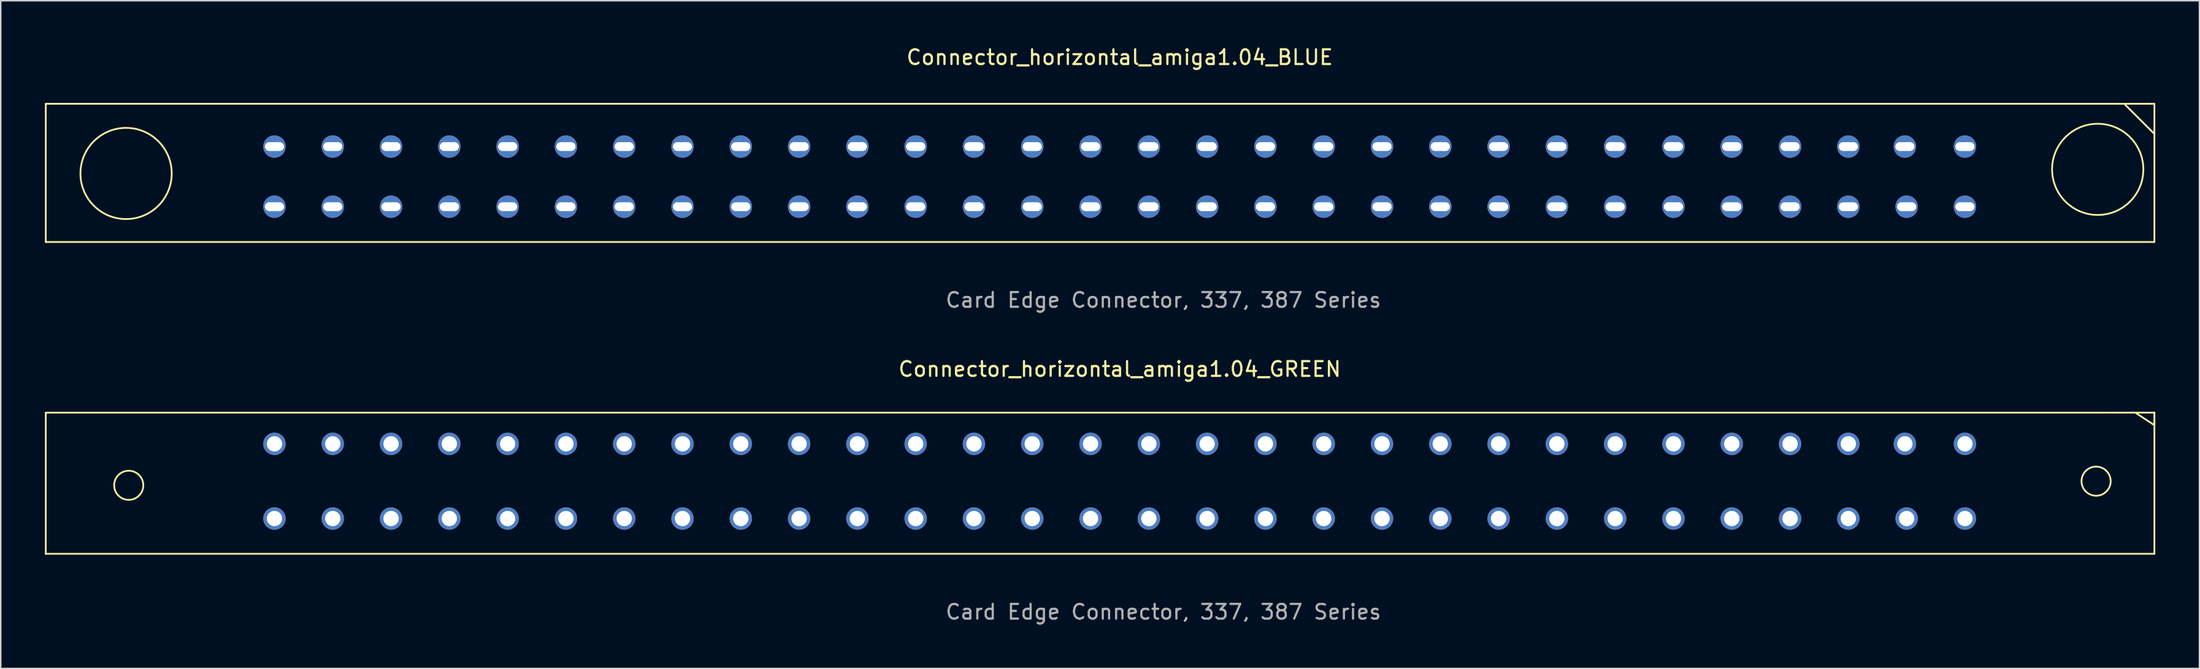
<source format=kicad_pcb>
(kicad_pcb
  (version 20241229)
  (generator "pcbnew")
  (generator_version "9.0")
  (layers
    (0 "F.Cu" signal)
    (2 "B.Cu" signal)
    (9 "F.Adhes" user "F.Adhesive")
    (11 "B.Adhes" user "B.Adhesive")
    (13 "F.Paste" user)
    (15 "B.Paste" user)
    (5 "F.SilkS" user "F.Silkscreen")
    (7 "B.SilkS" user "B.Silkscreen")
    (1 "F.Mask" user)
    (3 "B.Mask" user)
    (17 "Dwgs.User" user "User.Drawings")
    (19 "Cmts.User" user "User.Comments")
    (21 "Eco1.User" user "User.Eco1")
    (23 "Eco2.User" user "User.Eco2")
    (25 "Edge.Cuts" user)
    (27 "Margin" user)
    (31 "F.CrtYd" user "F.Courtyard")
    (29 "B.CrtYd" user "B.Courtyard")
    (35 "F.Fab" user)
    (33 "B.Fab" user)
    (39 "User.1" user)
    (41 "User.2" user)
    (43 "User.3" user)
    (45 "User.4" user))
  (footprint "Connector_horizontal_amiga1.04_BLUE"
    (layer "F.Cu")
    (at 73.015 9.028)
    (property "Reference" "Connector_horizontal_amiga1.04_BLUE" (at 0 -8.18 0) (layer "F.SilkS") (effects (font (size 1 1) (thickness 0.15))))
    (attr through_hole)
    (fp_line (start -72.955 -5.02) (end 70.29 -5.02) (stroke (width 0.12) (type solid)) (layer "F.SilkS"))
    (fp_line (start -72.955 4.38) (end -72.955 -5.02) (stroke (width 0.12) (type solid)) (layer "F.SilkS"))
    (fp_line (start -72.955 4.38) (end 70.29 4.38) (stroke (width 0.12) (type solid)) (layer "F.SilkS"))
    (fp_line (start 70.29 -5.02) (end 70.29 4.38) (stroke (width 0.12) (type solid)) (layer "F.SilkS"))
    (fp_line (start 70.29 -2.97) (end 68.31 -4.95) (stroke (width 0.12) (type solid)) (layer "F.SilkS"))
    (fp_circle (center -67.5 -0.28) (end -64.4 -0.28) (stroke (width 0.12) (type solid)) (fill no) (layer "F.SilkS"))
    (fp_circle (center 66.44 -0.56) (end 69.54 -0.56) (stroke (width 0.12) (type solid)) (fill no) (layer "F.SilkS"))
    (fp_text user "Card Edge Connector, 337, 387 Series" (at 2.97 8.33 0) (layer "F.Fab") (effects (font (size 1 1) (thickness 0.15))))
    (pad "1" thru_hole oval (at 57.42 -2.11) (size 1.524 1.524) (drill oval 1.3 0.6) (layers "*.Cu" "*.Mask"))
    (pad "2" thru_hole oval (at 53.34 -2.11) (size 1.524 1.524) (drill oval 1.3 0.6) (layers "*.Cu" "*.Mask"))
    (pad "3" thru_hole oval (at 49.5 -2.11) (size 1.524 1.524) (drill oval 1.3 0.6) (layers "*.Cu" "*.Mask"))
    (pad "4" thru_hole oval (at 45.54 -2.11) (size 1.524 1.524) (drill oval 1.3 0.6) (layers "*.Cu" "*.Mask"))
    (pad "5" thru_hole oval (at 41.58 -2.11) (size 1.524 1.524) (drill oval 1.3 0.6) (layers "*.Cu" "*.Mask"))
    (pad "6" thru_hole oval (at 37.62 -2.11) (size 1.524 1.524) (drill oval 1.3 0.6) (layers "*.Cu" "*.Mask"))
    (pad "7" thru_hole oval (at 33.66 -2.11) (size 1.524 1.524) (drill oval 1.3 0.6) (layers "*.Cu" "*.Mask"))
    (pad "8" thru_hole oval (at 29.7 -2.11) (size 1.524 1.524) (drill oval 1.3 0.6) (layers "*.Cu" "*.Mask"))
    (pad "9" thru_hole oval (at 25.74 -2.11) (size 1.524 1.524) (drill oval 1.3 0.6) (layers "*.Cu" "*.Mask"))
    (pad "10" thru_hole oval (at 21.78 -2.11) (size 1.524 1.524) (drill oval 1.3 0.6) (layers "*.Cu" "*.Mask"))
    (pad "11" thru_hole oval (at 17.82 -2.11) (size 1.524 1.524) (drill oval 1.3 0.6) (layers "*.Cu" "*.Mask"))
    (pad "12" thru_hole oval (at 13.86 -2.11) (size 1.524 1.524) (drill oval 1.3 0.6) (layers "*.Cu" "*.Mask"))
    (pad "13" thru_hole oval (at 9.9 -2.11) (size 1.524 1.524) (drill oval 1.3 0.6) (layers "*.Cu" "*.Mask"))
    (pad "14" thru_hole oval (at 5.94 -2.11) (size 1.524 1.524) (drill oval 1.3 0.6) (layers "*.Cu" "*.Mask"))
    (pad "15" thru_hole oval (at 1.98 -2.11) (size 1.524 1.524) (drill oval 1.3 0.6) (layers "*.Cu" "*.Mask"))
    (pad "16" thru_hole oval (at -1.98 -2.11) (size 1.524 1.524) (drill oval 1.3 0.6) (layers "*.Cu" "*.Mask"))
    (pad "17" thru_hole oval (at -5.94 -2.11) (size 1.524 1.524) (drill oval 1.3 0.6) (layers "*.Cu" "*.Mask"))
    (pad "18" thru_hole oval (at -9.9 -2.11) (size 1.524 1.524) (drill oval 1.3 0.6) (layers "*.Cu" "*.Mask"))
    (pad "19" thru_hole oval (at -13.86 -2.11) (size 1.524 1.524) (drill oval 1.3 0.6) (layers "*.Cu" "*.Mask"))
    (pad "20" thru_hole oval (at -17.82 -2.11) (size 1.524 1.524) (drill oval 1.3 0.6) (layers "*.Cu" "*.Mask"))
    (pad "21" thru_hole oval (at -21.78 -2.11) (size 1.524 1.524) (drill oval 1.3 0.6) (layers "*.Cu" "*.Mask"))
    (pad "22" thru_hole oval (at -25.74 -2.11) (size 1.524 1.524) (drill oval 1.3 0.6) (layers "*.Cu" "*.Mask"))
    (pad "23" thru_hole oval (at -29.7 -2.11) (size 1.524 1.524) (drill oval 1.3 0.6) (layers "*.Cu" "*.Mask"))
    (pad "24" thru_hole oval (at -33.66 -2.11) (size 1.524 1.524) (drill oval 1.3 0.6) (layers "*.Cu" "*.Mask"))
    (pad "25" thru_hole oval (at -37.62 -2.11) (size 1.524 1.524) (drill oval 1.3 0.6) (layers "*.Cu" "*.Mask"))
    (pad "26" thru_hole oval (at -41.58 -2.11) (size 1.524 1.524) (drill oval 1.3 0.6) (layers "*.Cu" "*.Mask"))
    (pad "27" thru_hole oval (at -45.54 -2.11) (size 1.524 1.524) (drill oval 1.3 0.6) (layers "*.Cu" "*.Mask"))
    (pad "28" thru_hole oval (at -49.5 -2.11) (size 1.524 1.524) (drill oval 1.3 0.6) (layers "*.Cu" "*.Mask"))
    (pad "29" thru_hole oval (at -53.46 -2.11) (size 1.524 1.524) (drill oval 1.3 0.6) (layers "*.Cu" "*.Mask"))
    (pad "30" thru_hole oval (at -57.42 -2.11) (size 1.524 1.524) (drill oval 1.3 0.6) (layers "*.Cu" "*.Mask"))
    (pad "A" thru_hole oval (at 57.42 1.98) (size 1.524 1.524) (drill oval 1.3 0.6) (layers "*.Cu" "*.Mask"))
    (pad "AA" thru_hole oval (at -29.7 1.98) (size 1.524 1.524) (drill oval 1.3 0.6) (layers "*.Cu" "*.Mask"))
    (pad "B" thru_hole oval (at 53.46 1.98) (size 1.524 1.524) (drill oval 1.3 0.6) (layers "*.Cu" "*.Mask"))
    (pad "BB" thru_hole oval (at -33.66 1.98) (size 1.524 1.524) (drill oval 1.3 0.6) (layers "*.Cu" "*.Mask"))
    (pad "C" thru_hole oval (at 49.5 1.98) (size 1.524 1.524) (drill oval 1.3 0.6) (layers "*.Cu" "*.Mask"))
    (pad "CC" thru_hole oval (at -37.62 1.98) (size 1.524 1.524) (drill oval 1.3 0.6) (layers "*.Cu" "*.Mask"))
    (pad "D" thru_hole oval (at 45.54 1.98) (size 1.524 1.524) (drill oval 1.3 0.6) (layers "*.Cu" "*.Mask"))
    (pad "DD" thru_hole oval (at -41.58 1.98) (size 1.524 1.524) (drill oval 1.3 0.6) (layers "*.Cu" "*.Mask"))
    (pad "E" thru_hole oval (at 41.58 1.98) (size 1.524 1.524) (drill oval 1.3 0.6) (layers "*.Cu" "*.Mask"))
    (pad "EE" thru_hole oval (at -45.54 1.98) (size 1.524 1.524) (drill oval 1.3 0.6) (layers "*.Cu" "*.Mask"))
    (pad "F" thru_hole oval (at 37.62 1.98) (size 1.524 1.524) (drill oval 1.3 0.6) (layers "*.Cu" "*.Mask"))
    (pad "FF" thru_hole oval (at -49.5 1.98) (size 1.524 1.524) (drill oval 1.3 0.6) (layers "*.Cu" "*.Mask"))
    (pad "H" thru_hole oval (at 33.66 1.98) (size 1.524 1.524) (drill oval 1.3 0.6) (layers "*.Cu" "*.Mask"))
    (pad "HH" thru_hole oval (at -53.46 1.98) (size 1.524 1.524) (drill oval 1.3 0.6) (layers "*.Cu" "*.Mask"))
    (pad "J" thru_hole oval (at 29.7 1.98) (size 1.524 1.524) (drill oval 1.3 0.6) (layers "*.Cu" "*.Mask"))
    (pad "JJ" thru_hole oval (at -57.42 1.98) (size 1.524 1.524) (drill oval 1.3 0.6) (layers "*.Cu" "*.Mask"))
    (pad "K" thru_hole oval (at 25.74 1.98) (size 1.524 1.524) (drill oval 1.3 0.6) (layers "*.Cu" "*.Mask"))
    (pad "L" thru_hole oval (at 21.78 1.98) (size 1.524 1.524) (drill oval 1.3 0.6) (layers "*.Cu" "*.Mask"))
    (pad "M" thru_hole oval (at 17.82 1.98) (size 1.524 1.524) (drill oval 1.3 0.6) (layers "*.Cu" "*.Mask"))
    (pad "N" thru_hole oval (at 13.86 1.98) (size 1.524 1.524) (drill oval 1.3 0.6) (layers "*.Cu" "*.Mask"))
    (pad "P" thru_hole oval (at 9.9 1.98) (size 1.524 1.524) (drill oval 1.3 0.6) (layers "*.Cu" "*.Mask"))
    (pad "R" thru_hole oval (at 5.94 1.98) (size 1.524 1.524) (drill oval 1.3 0.6) (layers "*.Cu" "*.Mask"))
    (pad "S" thru_hole oval (at 1.98 1.98) (size 1.524 1.524) (drill oval 1.3 0.6) (layers "*.Cu" "*.Mask"))
    (pad "T" thru_hole oval (at -1.98 1.98) (size 1.524 1.524) (drill oval 1.3 0.6) (layers "*.Cu" "*.Mask"))
    (pad "U" thru_hole oval (at -5.94 1.98 180) (size 1.524 1.524) (drill oval 1.3 0.6) (layers "*.Cu" "*.Mask"))
    (pad "V" thru_hole oval (at -9.9 1.98) (size 1.524 1.524) (drill oval 1.3 0.6) (layers "*.Cu" "*.Mask"))
    (pad "W" thru_hole oval (at -13.86 1.98) (size 1.524 1.524) (drill oval 1.3 0.6) (layers "*.Cu" "*.Mask"))
    (pad "X" thru_hole oval (at -17.82 1.98) (size 1.524 1.524) (drill oval 1.3 0.6) (layers "*.Cu" "*.Mask"))
    (pad "Y" thru_hole oval (at -21.78 1.98) (size 1.524 1.524) (drill oval 1.3 0.6) (layers "*.Cu" "*.Mask"))
    (pad "Z" thru_hole oval (at -25.74 1.98) (size 1.524 1.524) (drill oval 1.3 0.6) (layers "*.Cu" "*.Mask")))
  (footprint "Connector_horizontal_amiga1.04_GREEN"
    (layer "F.Cu")
    (at 73.015 32.215)
    (property "Reference" "Connector_horizontal_amiga1.04_GREEN" (at 0 -10.16 0) (layer "F.SilkS") (effects (font (size 1 1) (thickness 0.15))))
    (attr through_hole)
    (fp_line (start -72.955 -7.2) (end 70.29 -7.2) (stroke (width 0.12) (type solid)) (layer "F.SilkS"))
    (fp_line (start -72.955 2.4) (end -72.955 -7.2) (stroke (width 0.12) (type solid)) (layer "F.SilkS"))
    (fp_line (start -72.955 2.4) (end 70.29 2.4) (stroke (width 0.12) (type solid)) (layer "F.SilkS"))
    (fp_line (start 68.995 -7.2) (end 67.32 -7.2) (stroke (width 0.12) (type solid)) (layer "F.SilkS"))
    (fp_line (start 68.995 -7.2) (end 70.29 -7.2) (stroke (width 0.12) (type solid)) (layer "F.SilkS"))
    (fp_line (start 70.29 -7.2) (end 70.29 -6.35) (stroke (width 0.12) (type solid)) (layer "F.SilkS"))
    (fp_line (start 70.29 -7.2) (end 70.29 2.4) (stroke (width 0.12) (type solid)) (layer "F.SilkS"))
    (fp_line (start 70.29 -6.35) (end 68.995 -7.2) (stroke (width 0.12) (type solid)) (layer "F.SilkS"))
    (fp_circle (center -67.32 -2.26) (end -68.31 -2.26) (stroke (width 0.12) (type solid)) (fill no) (layer "F.SilkS"))
    (fp_circle (center 66.33 -2.54) (end 65.34 -2.54) (stroke (width 0.12) (type solid)) (fill no) (layer "F.SilkS"))
    (fp_text user "Card Edge Connector, 337, 387 Series" (at 2.97 6.35 0) (layer "F.Fab") (effects (font (size 1 1) (thickness 0.15))))
    (pad "1" thru_hole circle (at 57.42 -5.08) (size 1.524 1.524) (drill 1.04) (layers "*.Cu" "*.Mask"))
    (pad "2" thru_hole circle (at 53.34 -5.08) (size 1.524 1.524) (drill 1.04) (layers "*.Cu" "*.Mask"))
    (pad "3" thru_hole circle (at 49.5 -5.08) (size 1.524 1.524) (drill 1.04) (layers "*.Cu" "*.Mask"))
    (pad "4" thru_hole circle (at 45.54 -5.08) (size 1.524 1.524) (drill 1.04) (layers "*.Cu" "*.Mask"))
    (pad "5" thru_hole circle (at 41.58 -5.08) (size 1.524 1.524) (drill 1.04) (layers "*.Cu" "*.Mask"))
    (pad "6" thru_hole circle (at 37.62 -5.08) (size 1.524 1.524) (drill 1.04) (layers "*.Cu" "*.Mask"))
    (pad "7" thru_hole circle (at 33.66 -5.08) (size 1.524 1.524) (drill 1.04) (layers "*.Cu" "*.Mask"))
    (pad "8" thru_hole circle (at 29.7 -5.08) (size 1.524 1.524) (drill 1.04) (layers "*.Cu" "*.Mask"))
    (pad "9" thru_hole circle (at 25.74 -5.08) (size 1.524 1.524) (drill 1.04) (layers "*.Cu" "*.Mask"))
    (pad "10" thru_hole circle (at 21.78 -5.08) (size 1.524 1.524) (drill 1.04) (layers "*.Cu" "*.Mask"))
    (pad "11" thru_hole circle (at 17.82 -5.08) (size 1.524 1.524) (drill 1.04) (layers "*.Cu" "*.Mask"))
    (pad "12" thru_hole circle (at 13.86 -5.08) (size 1.524 1.524) (drill 1.04) (layers "*.Cu" "*.Mask"))
    (pad "13" thru_hole circle (at 9.9 -5.08) (size 1.524 1.524) (drill 1.04) (layers "*.Cu" "*.Mask"))
    (pad "14" thru_hole circle (at 5.94 -5.08) (size 1.524 1.524) (drill 1.04) (layers "*.Cu" "*.Mask"))
    (pad "15" thru_hole circle (at 1.98 -5.08) (size 1.524 1.524) (drill 1.04) (layers "*.Cu" "*.Mask"))
    (pad "16" thru_hole circle (at -1.98 -5.08) (size 1.524 1.524) (drill 1.04) (layers "*.Cu" "*.Mask"))
    (pad "17" thru_hole circle (at -5.94 -5.08) (size 1.524 1.524) (drill 1.04) (layers "*.Cu" "*.Mask"))
    (pad "18" thru_hole circle (at -9.9 -5.08) (size 1.524 1.524) (drill 1.04) (layers "*.Cu" "*.Mask"))
    (pad "19" thru_hole circle (at -13.86 -5.08) (size 1.524 1.524) (drill 1.04) (layers "*.Cu" "*.Mask"))
    (pad "20" thru_hole circle (at -17.82 -5.08) (size 1.524 1.524) (drill 1.04) (layers "*.Cu" "*.Mask"))
    (pad "21" thru_hole circle (at -21.78 -5.08) (size 1.524 1.524) (drill 1.04) (layers "*.Cu" "*.Mask"))
    (pad "22" thru_hole circle (at -25.74 -5.08) (size 1.524 1.524) (drill 1.04) (layers "*.Cu" "*.Mask"))
    (pad "23" thru_hole circle (at -29.7 -5.08) (size 1.524 1.524) (drill 1.04) (layers "*.Cu" "*.Mask"))
    (pad "24" thru_hole circle (at -33.66 -5.08) (size 1.524 1.524) (drill 1.04) (layers "*.Cu" "*.Mask"))
    (pad "25" thru_hole circle (at -37.62 -5.08) (size 1.524 1.524) (drill 1.04) (layers "*.Cu" "*.Mask"))
    (pad "26" thru_hole circle (at -41.58 -5.08) (size 1.524 1.524) (drill 1.04) (layers "*.Cu" "*.Mask"))
    (pad "27" thru_hole circle (at -45.54 -5.08) (size 1.524 1.524) (drill 1.04) (layers "*.Cu" "*.Mask"))
    (pad "28" thru_hole circle (at -49.5 -5.08) (size 1.524 1.524) (drill 1.04) (layers "*.Cu" "*.Mask"))
    (pad "29" thru_hole circle (at -53.46 -5.08) (size 1.524 1.524) (drill 1.04) (layers "*.Cu" "*.Mask"))
    (pad "30" thru_hole circle (at -57.42 -5.08) (size 1.524 1.524) (drill 1.04) (layers "*.Cu" "*.Mask"))
    (pad "A" thru_hole circle (at 57.42 0) (size 1.524 1.524) (drill 1.04) (layers "*.Cu" "*.Mask"))
    (pad "AA" thru_hole circle (at -29.7 0) (size 1.524 1.524) (drill 1.04) (layers "*.Cu" "*.Mask"))
    (pad "B" thru_hole circle (at 53.46 0) (size 1.524 1.524) (drill 1.04) (layers "*.Cu" "*.Mask"))
    (pad "BB" thru_hole circle (at -33.66 0) (size 1.524 1.524) (drill 1.04) (layers "*.Cu" "*.Mask"))
    (pad "C" thru_hole circle (at 49.5 0) (size 1.524 1.524) (drill 1.04) (layers "*.Cu" "*.Mask"))
    (pad "CC" thru_hole circle (at -37.62 0) (size 1.524 1.524) (drill 1.04) (layers "*.Cu" "*.Mask"))
    (pad "D" thru_hole circle (at 45.54 0) (size 1.524 1.524) (drill 1.04) (layers "*.Cu" "*.Mask"))
    (pad "DD" thru_hole circle (at -41.58 0) (size 1.524 1.524) (drill 1.04) (layers "*.Cu" "*.Mask"))
    (pad "E" thru_hole circle (at 41.58 0) (size 1.524 1.524) (drill 1.04) (layers "*.Cu" "*.Mask"))
    (pad "EE" thru_hole circle (at -45.54 0) (size 1.524 1.524) (drill 1.04) (layers "*.Cu" "*.Mask"))
    (pad "F" thru_hole circle (at 37.62 0) (size 1.524 1.524) (drill 1.04) (layers "*.Cu" "*.Mask"))
    (pad "FF" thru_hole circle (at -49.5 0) (size 1.524 1.524) (drill 1.04) (layers "*.Cu" "*.Mask"))
    (pad "H" thru_hole circle (at 33.66 0) (size 1.524 1.524) (drill 1.04) (layers "*.Cu" "*.Mask"))
    (pad "HH" thru_hole circle (at -53.46 0) (size 1.524 1.524) (drill 1.04) (layers "*.Cu" "*.Mask"))
    (pad "J" thru_hole circle (at 29.7 0) (size 1.524 1.524) (drill 1.04) (layers "*.Cu" "*.Mask"))
    (pad "JJ" thru_hole circle (at -57.42 0) (size 1.524 1.524) (drill 1.04) (layers "*.Cu" "*.Mask"))
    (pad "K" thru_hole oval (at 25.74 0) (size 1.524 1.524) (drill 1.04) (layers "*.Cu" "*.Mask"))
    (pad "L" thru_hole circle (at 21.78 0) (size 1.524 1.524) (drill 1.04) (layers "*.Cu" "*.Mask"))
    (pad "M" thru_hole circle (at 17.82 0) (size 1.524 1.524) (drill 1.04) (layers "*.Cu" "*.Mask"))
    (pad "N" thru_hole circle (at 13.86 0) (size 1.524 1.524) (drill 1.04) (layers "*.Cu" "*.Mask"))
    (pad "P" thru_hole circle (at 9.9 0) (size 1.524 1.524) (drill 1.04) (layers "*.Cu" "*.Mask"))
    (pad "R" thru_hole circle (at 5.94 0) (size 1.524 1.524) (drill 1.04) (layers "*.Cu" "*.Mask"))
    (pad "S" thru_hole circle (at 1.98 0) (size 1.524 1.524) (drill 1.04) (layers "*.Cu" "*.Mask"))
    (pad "T" thru_hole circle (at -1.98 0) (size 1.524 1.524) (drill 1.04) (layers "*.Cu" "*.Mask"))
    (pad "U" thru_hole circle (at -5.94 0) (size 1.524 1.524) (drill 1.04) (layers "*.Cu" "*.Mask"))
    (pad "V" thru_hole circle (at -9.9 0) (size 1.524 1.524) (drill 1.04) (layers "*.Cu" "*.Mask"))
    (pad "W" thru_hole circle (at -13.86 0) (size 1.524 1.524) (drill 1.04) (layers "*.Cu" "*.Mask"))
    (pad "X" thru_hole circle (at -17.82 0) (size 1.524 1.524) (drill 1.04) (layers "*.Cu" "*.Mask"))
    (pad "Y" thru_hole circle (at -21.78 0) (size 1.524 1.524) (drill 1.04) (layers "*.Cu" "*.Mask"))
    (pad "Z" thru_hole circle (at -25.74 0) (size 1.524 1.524) (drill 1.04) (layers "*.Cu" "*.Mask")))
  (gr_rect
    (start -3 -3)
    (end 146.365 42.413)
    (stroke (width 0.1) (type default))
    (fill no)
    (layer "Edge.Cuts")))
</source>
